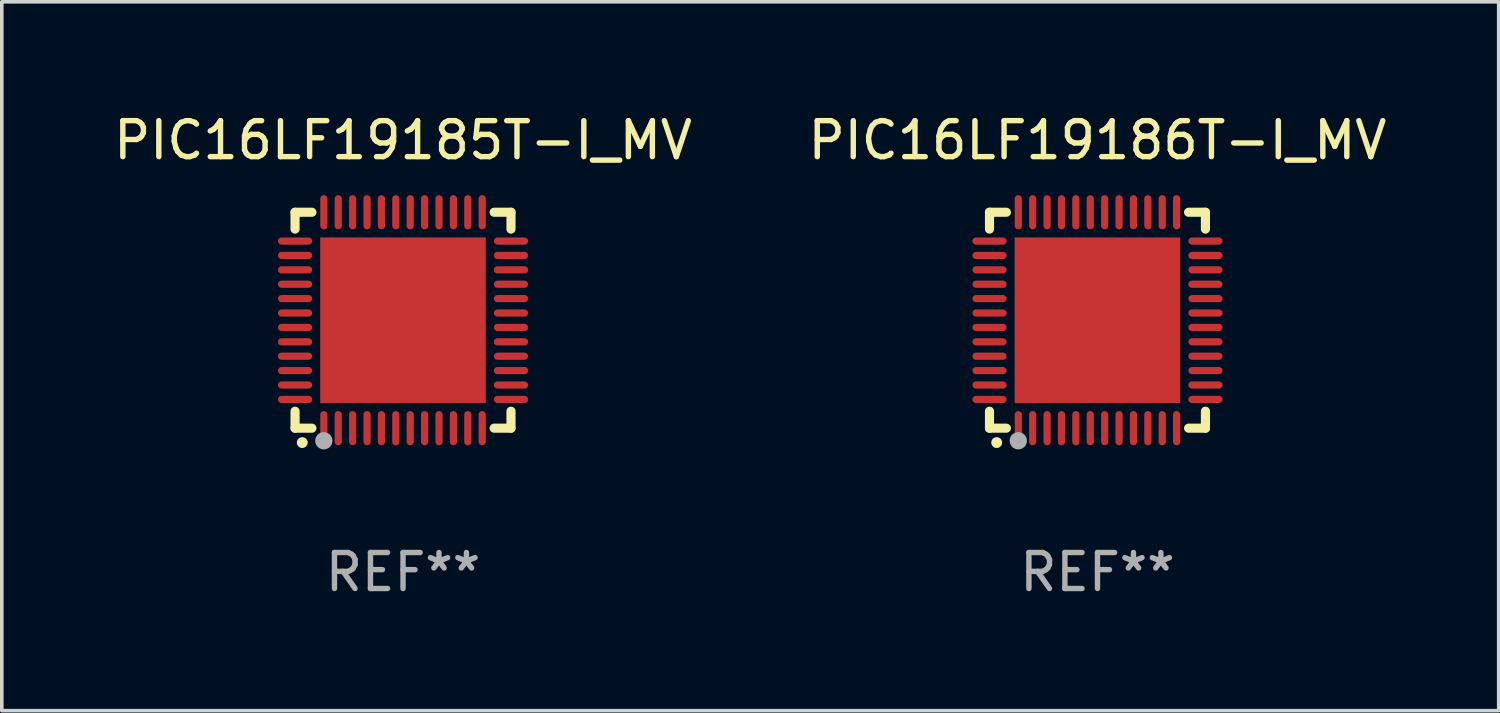
<source format=kicad_pcb>
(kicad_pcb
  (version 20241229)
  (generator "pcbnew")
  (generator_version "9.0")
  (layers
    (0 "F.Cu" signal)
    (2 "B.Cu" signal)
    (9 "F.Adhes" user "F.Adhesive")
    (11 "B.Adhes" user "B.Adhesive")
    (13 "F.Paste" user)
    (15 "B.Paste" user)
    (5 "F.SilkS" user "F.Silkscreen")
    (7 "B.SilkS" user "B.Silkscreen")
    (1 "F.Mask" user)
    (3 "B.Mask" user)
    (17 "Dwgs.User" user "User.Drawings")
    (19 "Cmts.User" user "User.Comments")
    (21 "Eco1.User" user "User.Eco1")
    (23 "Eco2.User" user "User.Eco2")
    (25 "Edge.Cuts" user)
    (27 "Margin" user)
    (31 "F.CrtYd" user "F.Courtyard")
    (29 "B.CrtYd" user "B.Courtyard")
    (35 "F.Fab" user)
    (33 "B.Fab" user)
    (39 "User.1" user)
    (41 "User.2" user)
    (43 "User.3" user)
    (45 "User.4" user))
  (footprint "PIC16LF19185T-I_MV"
    (layer "F.Cu")
    (at 8.149 5.848)
    (property "Reference" "PIC16LF19185T-I_MV" (at 0 -5 0) (layer "F.SilkS") (effects (font (size 1 1) (thickness 0.15))))
    (attr through_hole)
    (fp_line (start -3 -3) (end -2.532 -3) (stroke (width 0.254) (type solid)) (layer "F.SilkS"))
    (fp_line (start -3 -2.532) (end -3 -3) (stroke (width 0.254) (type solid)) (layer "F.SilkS"))
    (fp_line (start -3 3) (end -3 2.529) (stroke (width 0.254) (type solid)) (layer "F.SilkS"))
    (fp_line (start -2.532 3) (end -3 3) (stroke (width 0.254) (type solid)) (layer "F.SilkS"))
    (fp_line (start 2.532 -3) (end 3 -3) (stroke (width 0.254) (type solid)) (layer "F.SilkS"))
    (fp_line (start 3 -3) (end 3 -2.532) (stroke (width 0.254) (type solid)) (layer "F.SilkS"))
    (fp_line (start 3 2.529) (end 3 3) (stroke (width 0.254) (type solid)) (layer "F.SilkS"))
    (fp_line (start 3 3) (end 2.532 3) (stroke (width 0.254) (type solid)) (layer "F.SilkS"))
    (fp_arc (start -2.801295 3.400025) (mid -2.800025 3.40002) (end -2.798755 3.400025) (stroke (width 0.3) (type solid)) (layer "F.SilkS"))
    (fp_circle (center -3 3) (end -2.97 3) (stroke (width 0.06) (type solid)) (fill no) (layer "F.SilkS"))
    (fp_circle (center -2.2 3.35) (end -2.08 3.35) (stroke (width 0.24) (type solid)) (fill no) (layer "F.Fab"))
    (fp_text user "REF**" (at 0 7 0) (layer "F.Fab") (effects (font (size 1 1) (thickness 0.15))))
    (pad "1" smd oval (at -2.2 3) (size 0.2 0.95) (layers "F.Cu" "F.Mask" "F.Paste"))
    (pad "2" smd oval (at -1.8 3) (size 0.2 0.95) (layers "F.Cu" "F.Mask" "F.Paste"))
    (pad "3" smd oval (at -1.4 3) (size 0.2 0.95) (layers "F.Cu" "F.Mask" "F.Paste"))
    (pad "4" smd oval (at -1 3) (size 0.2 0.95) (layers "F.Cu" "F.Mask" "F.Paste"))
    (pad "5" smd oval (at -0.6 3) (size 0.2 0.95) (layers "F.Cu" "F.Mask" "F.Paste"))
    (pad "6" smd oval (at -0.2 3) (size 0.2 0.95) (layers "F.Cu" "F.Mask" "F.Paste"))
    (pad "7" smd oval (at 0.2 3) (size 0.2 0.95) (layers "F.Cu" "F.Mask" "F.Paste"))
    (pad "8" smd oval (at 0.6 3) (size 0.2 0.95) (layers "F.Cu" "F.Mask" "F.Paste"))
    (pad "9" smd oval (at 1 3) (size 0.2 0.95) (layers "F.Cu" "F.Mask" "F.Paste"))
    (pad "10" smd oval (at 1.4 3) (size 0.2 0.95) (layers "F.Cu" "F.Mask" "F.Paste"))
    (pad "11" smd oval (at 1.8 3) (size 0.2 0.95) (layers "F.Cu" "F.Mask" "F.Paste"))
    (pad "12" smd oval (at 2.2 3) (size 0.2 0.95) (layers "F.Cu" "F.Mask" "F.Paste"))
    (pad "13" smd oval (at 3 2.2 90) (size 0.2 0.95) (layers "F.Cu" "F.Mask" "F.Paste"))
    (pad "14" smd oval (at 3 1.8 90) (size 0.2 0.95) (layers "F.Cu" "F.Mask" "F.Paste"))
    (pad "15" smd oval (at 3 1.4 90) (size 0.2 0.95) (layers "F.Cu" "F.Mask" "F.Paste"))
    (pad "16" smd oval (at 3 1 90) (size 0.2 0.95) (layers "F.Cu" "F.Mask" "F.Paste"))
    (pad "17" smd oval (at 3 0.6 90) (size 0.2 0.95) (layers "F.Cu" "F.Mask" "F.Paste"))
    (pad "18" smd oval (at 3 0.2 90) (size 0.2 0.95) (layers "F.Cu" "F.Mask" "F.Paste"))
    (pad "19" smd oval (at 3 -0.2 90) (size 0.2 0.95) (layers "F.Cu" "F.Mask" "F.Paste"))
    (pad "20" smd oval (at 3 -0.6 90) (size 0.2 0.95) (layers "F.Cu" "F.Mask" "F.Paste"))
    (pad "21" smd oval (at 3 -1 90) (size 0.2 0.95) (layers "F.Cu" "F.Mask" "F.Paste"))
    (pad "22" smd oval (at 3 -1.4 90) (size 0.2 0.95) (layers "F.Cu" "F.Mask" "F.Paste"))
    (pad "23" smd oval (at 3 -1.8 90) (size 0.2 0.95) (layers "F.Cu" "F.Mask" "F.Paste"))
    (pad "24" smd oval (at 3 -2.2 90) (size 0.2 0.95) (layers "F.Cu" "F.Mask" "F.Paste"))
    (pad "25" smd oval (at 2.2 -3 180) (size 0.2 0.95) (layers "F.Cu" "F.Mask" "F.Paste"))
    (pad "26" smd oval (at 1.8 -3 180) (size 0.2 0.95) (layers "F.Cu" "F.Mask" "F.Paste"))
    (pad "27" smd oval (at 1.4 -3 180) (size 0.2 0.95) (layers "F.Cu" "F.Mask" "F.Paste"))
    (pad "28" smd oval (at 1 -3 180) (size 0.2 0.95) (layers "F.Cu" "F.Mask" "F.Paste"))
    (pad "29" smd oval (at 0.6 -3 180) (size 0.2 0.95) (layers "F.Cu" "F.Mask" "F.Paste"))
    (pad "30" smd oval (at 0.2 -3 180) (size 0.2 0.95) (layers "F.Cu" "F.Mask" "F.Paste"))
    (pad "31" smd oval (at -0.2 -3 180) (size 0.2 0.95) (layers "F.Cu" "F.Mask" "F.Paste"))
    (pad "32" smd oval (at -0.6 -3 180) (size 0.2 0.95) (layers "F.Cu" "F.Mask" "F.Paste"))
    (pad "33" smd oval (at -1 -3 180) (size 0.2 0.95) (layers "F.Cu" "F.Mask" "F.Paste"))
    (pad "34" smd oval (at -1.4 -3 180) (size 0.2 0.95) (layers "F.Cu" "F.Mask" "F.Paste"))
    (pad "35" smd oval (at -1.8 -3 180) (size 0.2 0.95) (layers "F.Cu" "F.Mask" "F.Paste"))
    (pad "36" smd oval (at -2.2 -3 180) (size 0.2 0.95) (layers "F.Cu" "F.Mask" "F.Paste"))
    (pad "37" smd oval (at -3 -2.2 270) (size 0.2 0.95) (layers "F.Cu" "F.Mask" "F.Paste"))
    (pad "38" smd oval (at -3 -1.8 270) (size 0.2 0.95) (layers "F.Cu" "F.Mask" "F.Paste"))
    (pad "39" smd oval (at -3 -1.4 270) (size 0.2 0.95) (layers "F.Cu" "F.Mask" "F.Paste"))
    (pad "40" smd oval (at -3 -1 270) (size 0.2 0.95) (layers "F.Cu" "F.Mask" "F.Paste"))
    (pad "41" smd oval (at -3 -0.6 270) (size 0.2 0.95) (layers "F.Cu" "F.Mask" "F.Paste"))
    (pad "42" smd oval (at -3 -0.2 270) (size 0.2 0.95) (layers "F.Cu" "F.Mask" "F.Paste"))
    (pad "43" smd oval (at -3 0.2 270) (size 0.2 0.95) (layers "F.Cu" "F.Mask" "F.Paste"))
    (pad "44" smd oval (at -3 0.6 270) (size 0.2 0.95) (layers "F.Cu" "F.Mask" "F.Paste"))
    (pad "45" smd oval (at -3 1 270) (size 0.2 0.95) (layers "F.Cu" "F.Mask" "F.Paste"))
    (pad "46" smd oval (at -3 1.4 270) (size 0.2 0.95) (layers "F.Cu" "F.Mask" "F.Paste"))
    (pad "47" smd oval (at -3 1.8 270) (size 0.2 0.95) (layers "F.Cu" "F.Mask" "F.Paste"))
    (pad "48" smd oval (at -3 2.2 270) (size 0.2 0.95) (layers "F.Cu" "F.Mask" "F.Paste"))
    (pad "49" smd rect (at -0.001 -0.001 180) (size 4.6 4.6) (layers "F.Cu" "F.Mask" "F.Paste")))
  (footprint "PIC16LF19186T-I_MV"
    (layer "F.Cu")
    (at 27.446 5.848)
    (property "Reference" "PIC16LF19186T-I_MV" (at 0 -5 0) (layer "F.SilkS") (effects (font (size 1 1) (thickness 0.15))))
    (attr through_hole)
    (fp_line (start -3 -3) (end -2.532 -3) (stroke (width 0.254) (type solid)) (layer "F.SilkS"))
    (fp_line (start -3 -2.532) (end -3 -3) (stroke (width 0.254) (type solid)) (layer "F.SilkS"))
    (fp_line (start -3 3) (end -3 2.529) (stroke (width 0.254) (type solid)) (layer "F.SilkS"))
    (fp_line (start -2.532 3) (end -3 3) (stroke (width 0.254) (type solid)) (layer "F.SilkS"))
    (fp_line (start 2.532 -3) (end 3 -3) (stroke (width 0.254) (type solid)) (layer "F.SilkS"))
    (fp_line (start 3 -3) (end 3 -2.532) (stroke (width 0.254) (type solid)) (layer "F.SilkS"))
    (fp_line (start 3 2.529) (end 3 3) (stroke (width 0.254) (type solid)) (layer "F.SilkS"))
    (fp_line (start 3 3) (end 2.532 3) (stroke (width 0.254) (type solid)) (layer "F.SilkS"))
    (fp_arc (start -2.801295 3.400025) (mid -2.800025 3.40002) (end -2.798755 3.400025) (stroke (width 0.3) (type solid)) (layer "F.SilkS"))
    (fp_circle (center -3 3) (end -2.97 3) (stroke (width 0.06) (type solid)) (fill no) (layer "F.SilkS"))
    (fp_circle (center -2.2 3.35) (end -2.08 3.35) (stroke (width 0.24) (type solid)) (fill no) (layer "F.Fab"))
    (fp_text user "REF**" (at 0 7 0) (layer "F.Fab") (effects (font (size 1 1) (thickness 0.15))))
    (pad "1" smd oval (at -2.2 3) (size 0.2 0.95) (layers "F.Cu" "F.Mask" "F.Paste"))
    (pad "2" smd oval (at -1.8 3) (size 0.2 0.95) (layers "F.Cu" "F.Mask" "F.Paste"))
    (pad "3" smd oval (at -1.4 3) (size 0.2 0.95) (layers "F.Cu" "F.Mask" "F.Paste"))
    (pad "4" smd oval (at -1 3) (size 0.2 0.95) (layers "F.Cu" "F.Mask" "F.Paste"))
    (pad "5" smd oval (at -0.6 3) (size 0.2 0.95) (layers "F.Cu" "F.Mask" "F.Paste"))
    (pad "6" smd oval (at -0.2 3) (size 0.2 0.95) (layers "F.Cu" "F.Mask" "F.Paste"))
    (pad "7" smd oval (at 0.2 3) (size 0.2 0.95) (layers "F.Cu" "F.Mask" "F.Paste"))
    (pad "8" smd oval (at 0.6 3) (size 0.2 0.95) (layers "F.Cu" "F.Mask" "F.Paste"))
    (pad "9" smd oval (at 1 3) (size 0.2 0.95) (layers "F.Cu" "F.Mask" "F.Paste"))
    (pad "10" smd oval (at 1.4 3) (size 0.2 0.95) (layers "F.Cu" "F.Mask" "F.Paste"))
    (pad "11" smd oval (at 1.8 3) (size 0.2 0.95) (layers "F.Cu" "F.Mask" "F.Paste"))
    (pad "12" smd oval (at 2.2 3) (size 0.2 0.95) (layers "F.Cu" "F.Mask" "F.Paste"))
    (pad "13" smd oval (at 3 2.2 90) (size 0.2 0.95) (layers "F.Cu" "F.Mask" "F.Paste"))
    (pad "14" smd oval (at 3 1.8 90) (size 0.2 0.95) (layers "F.Cu" "F.Mask" "F.Paste"))
    (pad "15" smd oval (at 3 1.4 90) (size 0.2 0.95) (layers "F.Cu" "F.Mask" "F.Paste"))
    (pad "16" smd oval (at 3 1 90) (size 0.2 0.95) (layers "F.Cu" "F.Mask" "F.Paste"))
    (pad "17" smd oval (at 3 0.6 90) (size 0.2 0.95) (layers "F.Cu" "F.Mask" "F.Paste"))
    (pad "18" smd oval (at 3 0.2 90) (size 0.2 0.95) (layers "F.Cu" "F.Mask" "F.Paste"))
    (pad "19" smd oval (at 3 -0.2 90) (size 0.2 0.95) (layers "F.Cu" "F.Mask" "F.Paste"))
    (pad "20" smd oval (at 3 -0.6 90) (size 0.2 0.95) (layers "F.Cu" "F.Mask" "F.Paste"))
    (pad "21" smd oval (at 3 -1 90) (size 0.2 0.95) (layers "F.Cu" "F.Mask" "F.Paste"))
    (pad "22" smd oval (at 3 -1.4 90) (size 0.2 0.95) (layers "F.Cu" "F.Mask" "F.Paste"))
    (pad "23" smd oval (at 3 -1.8 90) (size 0.2 0.95) (layers "F.Cu" "F.Mask" "F.Paste"))
    (pad "24" smd oval (at 3 -2.2 90) (size 0.2 0.95) (layers "F.Cu" "F.Mask" "F.Paste"))
    (pad "25" smd oval (at 2.2 -3 180) (size 0.2 0.95) (layers "F.Cu" "F.Mask" "F.Paste"))
    (pad "26" smd oval (at 1.8 -3 180) (size 0.2 0.95) (layers "F.Cu" "F.Mask" "F.Paste"))
    (pad "27" smd oval (at 1.4 -3 180) (size 0.2 0.95) (layers "F.Cu" "F.Mask" "F.Paste"))
    (pad "28" smd oval (at 1 -3 180) (size 0.2 0.95) (layers "F.Cu" "F.Mask" "F.Paste"))
    (pad "29" smd oval (at 0.6 -3 180) (size 0.2 0.95) (layers "F.Cu" "F.Mask" "F.Paste"))
    (pad "30" smd oval (at 0.2 -3 180) (size 0.2 0.95) (layers "F.Cu" "F.Mask" "F.Paste"))
    (pad "31" smd oval (at -0.2 -3 180) (size 0.2 0.95) (layers "F.Cu" "F.Mask" "F.Paste"))
    (pad "32" smd oval (at -0.6 -3 180) (size 0.2 0.95) (layers "F.Cu" "F.Mask" "F.Paste"))
    (pad "33" smd oval (at -1 -3 180) (size 0.2 0.95) (layers "F.Cu" "F.Mask" "F.Paste"))
    (pad "34" smd oval (at -1.4 -3 180) (size 0.2 0.95) (layers "F.Cu" "F.Mask" "F.Paste"))
    (pad "35" smd oval (at -1.8 -3 180) (size 0.2 0.95) (layers "F.Cu" "F.Mask" "F.Paste"))
    (pad "36" smd oval (at -2.2 -3 180) (size 0.2 0.95) (layers "F.Cu" "F.Mask" "F.Paste"))
    (pad "37" smd oval (at -3 -2.2 270) (size 0.2 0.95) (layers "F.Cu" "F.Mask" "F.Paste"))
    (pad "38" smd oval (at -3 -1.8 270) (size 0.2 0.95) (layers "F.Cu" "F.Mask" "F.Paste"))
    (pad "39" smd oval (at -3 -1.4 270) (size 0.2 0.95) (layers "F.Cu" "F.Mask" "F.Paste"))
    (pad "40" smd oval (at -3 -1 270) (size 0.2 0.95) (layers "F.Cu" "F.Mask" "F.Paste"))
    (pad "41" smd oval (at -3 -0.6 270) (size 0.2 0.95) (layers "F.Cu" "F.Mask" "F.Paste"))
    (pad "42" smd oval (at -3 -0.2 270) (size 0.2 0.95) (layers "F.Cu" "F.Mask" "F.Paste"))
    (pad "43" smd oval (at -3 0.2 270) (size 0.2 0.95) (layers "F.Cu" "F.Mask" "F.Paste"))
    (pad "44" smd oval (at -3 0.6 270) (size 0.2 0.95) (layers "F.Cu" "F.Mask" "F.Paste"))
    (pad "45" smd oval (at -3 1 270) (size 0.2 0.95) (layers "F.Cu" "F.Mask" "F.Paste"))
    (pad "46" smd oval (at -3 1.4 270) (size 0.2 0.95) (layers "F.Cu" "F.Mask" "F.Paste"))
    (pad "47" smd oval (at -3 1.8 270) (size 0.2 0.95) (layers "F.Cu" "F.Mask" "F.Paste"))
    (pad "48" smd oval (at -3 2.2 270) (size 0.2 0.95) (layers "F.Cu" "F.Mask" "F.Paste"))
    (pad "49" smd rect (at -0.001 -0.001 180) (size 4.6 4.6) (layers "F.Cu" "F.Mask" "F.Paste")))
  (gr_rect
    (start -3 -3)
    (end 38.595 16.697)
    (stroke (width 0.1) (type default))
    (fill no)
    (layer "Edge.Cuts")))
</source>
